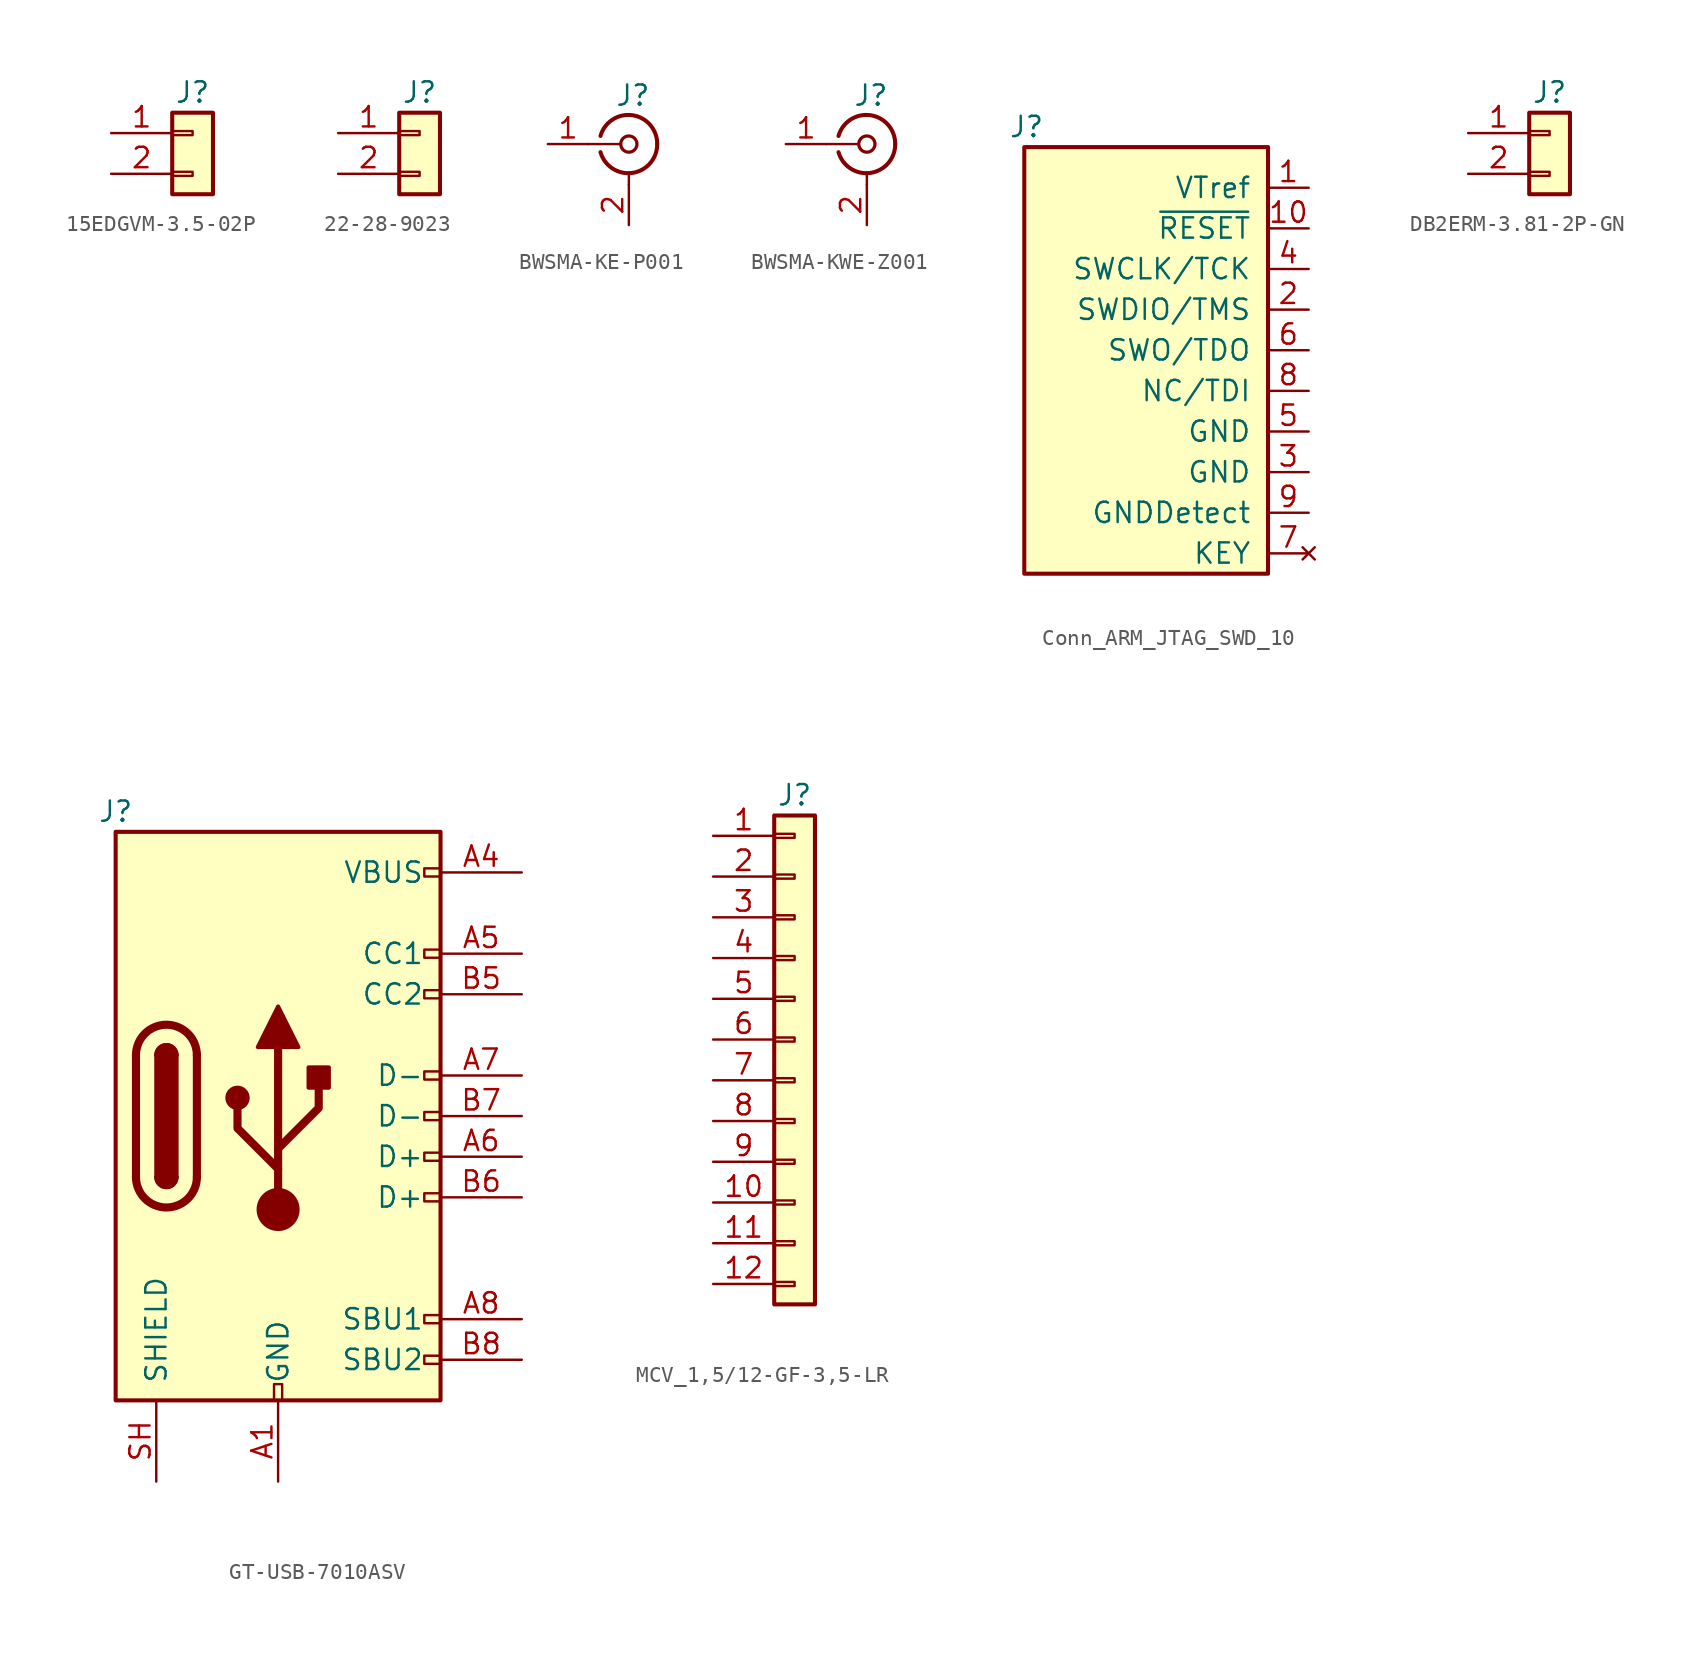
<source format=kicad_sym>
(kicad_symbol_lib
  (version 20211014)
  (symbol "15EDGVM-3.5-02P"
    (pin_names
      (offset 1.016)
      (hide yes))
    (property "Reference" "J"
      (at 0 2.54 0)
      (effects (font (size 1.27 1.27))))
    (symbol "15EDGVM-3.5-02P_1_1"
      (rectangle (start -1.27 1.27) (end 1.27 -3.81) (stroke (width 0.254) (type default)) (fill (type background)))
      (rectangle (start -1.27 0.127) (end 0 -0.127) (stroke (width 0.152) (type default)) (fill (type none)))
      (rectangle (start -1.27 -2.413) (end 0 -2.667) (stroke (width 0.152) (type default)) (fill (type none)))
      (pin passive line (at -5.08 0 0) (length 3.81) (name "Pin_1" (effects (font (size 1.27 1.27)))) (number "1" (effects (font (size 1.27 1.27)))))
      (pin passive line (at -5.08 -2.54 0) (length 3.81) (name "Pin_2" (effects (font (size 1.27 1.27)))) (number "2" (effects (font (size 1.27 1.27)))))))
  (symbol "22-28-9023"
    (pin_names
      (offset 1.016)
      (hide yes))
    (property "Reference" "J"
      (at 0 2.54 0)
      (effects (font (size 1.27 1.27))))
    (symbol "22-28-9023_1_1"
      (rectangle (start -1.27 1.27) (end 1.27 -3.81) (stroke (width 0.254) (type default)) (fill (type background)))
      (rectangle (start -1.27 0.127) (end 0 -0.127) (stroke (width 0.152) (type default)) (fill (type none)))
      (rectangle (start -1.27 -2.413) (end 0 -2.667) (stroke (width 0.152) (type default)) (fill (type none)))
      (pin passive line (at -5.08 0 0) (length 3.81) (name "Pin_1" (effects (font (size 1.27 1.27)))) (number "1" (effects (font (size 1.27 1.27)))))
      (pin passive line (at -5.08 -2.54 0) (length 3.81) (name "Pin_2" (effects (font (size 1.27 1.27)))) (number "2" (effects (font (size 1.27 1.27)))))))
  (symbol "BWSMA-KE-P001"
    (pin_names
      (offset 1.016)
      (hide yes))
    (property "Reference" "J"
      (at 0.254 3.048 0)
      (effects (font (size 1.27 1.27))))
    (symbol "BWSMA-KE-P001_0_1"
      (polyline (pts (xy -2.54 0) (xy -0.508 0)) (stroke (width 0) (type default)) (fill (type none)))
      (arc (start 1.778 0) (mid 0.222 -1.8079) (end -1.778 -0.508) (stroke (width 0.254) (type default)) (fill (type none)))
      (arc (start -1.778 0.508) (mid 0.2221 1.8084) (end 1.778 0) (stroke (width 0.254) (type default)) (fill (type none)))
      (circle (center 0 0) (radius 0.508) (stroke (width 0.203) (type default)) (fill (type none)))
      (polyline (pts (xy 0 -2.54) (xy 0 -1.778)) (stroke (width 0) (type default)) (fill (type none))))
    (symbol "BWSMA-KE-P001_1_1"
      (pin passive line (at -5.08 0 0) (length 2.54) (name "In" (effects (font (size 1.27 1.27)))) (number "1" (effects (font (size 1.27 1.27)))))
      (pin passive line (at 0 -5.08 90) (length 2.54) (name "Ext" (effects (font (size 1.27 1.27)))) (number "2" (effects (font (size 1.27 1.27)))))))
  (symbol "BWSMA-KWE-Z001"
    (pin_names
      (offset 1.016)
      (hide yes))
    (property "Reference" "J"
      (at 0.254 3.048 0)
      (effects (font (size 1.27 1.27))))
    (symbol "BWSMA-KWE-Z001_0_1"
      (polyline (pts (xy -2.54 0) (xy -0.508 0)) (stroke (width 0) (type default)) (fill (type none)))
      (arc (start 1.778 0) (mid 0.222 -1.8079) (end -1.778 -0.508) (stroke (width 0.254) (type default)) (fill (type none)))
      (arc (start -1.778 0.508) (mid 0.2221 1.8084) (end 1.778 0) (stroke (width 0.254) (type default)) (fill (type none)))
      (circle (center 0 0) (radius 0.508) (stroke (width 0.203) (type default)) (fill (type none)))
      (polyline (pts (xy 0 -2.54) (xy 0 -1.778)) (stroke (width 0) (type default)) (fill (type none))))
    (symbol "BWSMA-KWE-Z001_1_1"
      (pin passive line (at -5.08 0 0) (length 2.54) (name "In" (effects (font (size 1.27 1.27)))) (number "1" (effects (font (size 1.27 1.27)))))
      (pin passive line (at 0 -5.08 90) (length 2.54) (name "Ext" (effects (font (size 1.27 1.27)))) (number "2" (effects (font (size 1.27 1.27)))))))
  (symbol "Conn_ARM_JTAG_SWD_10"
    (pin_names
      (offset 1.016))
    (property "Reference" "J"
      (at -3.81 13.97 0)
      (effects (font (size 1.27 1.27)) (justify right)))
    (symbol "Conn_ARM_JTAG_SWD_10_0_1"
      (rectangle (start -5.08 12.7) (end 10.16 -13.97) (stroke (width 0.254) (type default)) (fill (type background))))
    (symbol "Conn_ARM_JTAG_SWD_10_1_1"
      (pin power_in line (at 12.7 10.16 180) (length 2.54) (name "VTref" (effects (font (size 1.27 1.27)))) (number "1" (effects (font (size 1.27 1.27)))))
      (pin open_collector line (at 12.7 7.62 180) (length 2.54) (name "~{RESET}" (effects (font (size 1.27 1.27)))) (number "10" (effects (font (size 1.27 1.27)))))
      (pin output line (at 12.7 5.08 180) (length 2.54) (name "SWCLK/TCK" (effects (font (size 1.27 1.27)))) (number "4" (effects (font (size 1.27 1.27)))))
      (pin bidirectional line (at 12.7 2.54 180) (length 2.54) (name "SWDIO/TMS" (effects (font (size 1.27 1.27)))) (number "2" (effects (font (size 1.27 1.27)))))
      (pin input line (at 12.7 0 180) (length 2.54) (name "SWO/TDO" (effects (font (size 1.27 1.27)))) (number "6" (effects (font (size 1.27 1.27)))))
      (pin output line (at 12.7 -2.54 180) (length 2.54) (name "NC/TDI" (effects (font (size 1.27 1.27)))) (number "8" (effects (font (size 1.27 1.27)))))
      (pin power_in line (at 12.7 -5.08 180) (length 2.54) (name "GND" (effects (font (size 1.27 1.27)))) (number "5" (effects (font (size 1.27 1.27)))))
      (pin power_in line (at 12.7 -7.62 180) (length 2.54) (name "GND" (effects (font (size 1.27 1.27)))) (number "3" (effects (font (size 1.27 1.27)))))
      (pin passive line (at 12.7 -10.16 180) (length 2.54) (name "GNDDetect" (effects (font (size 1.27 1.27)))) (number "9" (effects (font (size 1.27 1.27)))))
      (pin no_connect line (at 12.7 -12.7 180) (length 2.54) (name "KEY" (effects (font (size 1.27 1.27)))) (number "7" (effects (font (size 1.27 1.27)))))))
  (symbol "DB2ERM-3.81-2P-GN"
    (pin_names
      (offset 1.016)
      (hide yes))
    (property "Reference" "J"
      (at 0 2.54 0)
      (effects (font (size 1.27 1.27))))
    (symbol "DB2ERM-3.81-2P-GN_1_1"
      (rectangle (start -1.27 1.27) (end 1.27 -3.81) (stroke (width 0.254) (type default)) (fill (type background)))
      (rectangle (start -1.27 0.127) (end 0 -0.127) (stroke (width 0.152) (type default)) (fill (type none)))
      (rectangle (start -1.27 -2.413) (end 0 -2.667) (stroke (width 0.152) (type default)) (fill (type none)))
      (pin passive line (at -5.08 0 0) (length 3.81) (name "Pin_1" (effects (font (size 1.27 1.27)))) (number "1" (effects (font (size 1.27 1.27)))))
      (pin passive line (at -5.08 -2.54 0) (length 3.81) (name "Pin_2" (effects (font (size 1.27 1.27)))) (number "2" (effects (font (size 1.27 1.27)))))))
  (symbol "GT-USB-7010ASV"
    (pin_names
      (offset 1.016))
    (property "Reference" "J"
      (at -10.16 19.05 0)
      (effects (font (size 1.27 1.27))))
    (symbol "GT-USB-7010ASV_0_0"
      (rectangle (start -0.254 -17.78) (end 0.254 -16.764) (stroke (width 0) (type default)) (fill (type none)))
      (rectangle (start 10.16 15.494) (end 9.144 14.986) (stroke (width 0) (type default)) (fill (type none)))
      (rectangle (start 10.16 10.414) (end 9.144 9.906) (stroke (width 0) (type default)) (fill (type none)))
      (rectangle (start 10.16 7.874) (end 9.144 7.366) (stroke (width 0) (type default)) (fill (type none)))
      (rectangle (start 10.16 2.794) (end 9.144 2.286) (stroke (width 0) (type default)) (fill (type none)))
      (rectangle (start 10.16 0.254) (end 9.144 -0.254) (stroke (width 0) (type default)) (fill (type none)))
      (rectangle (start 10.16 -2.286) (end 9.144 -2.794) (stroke (width 0) (type default)) (fill (type none)))
      (rectangle (start 10.16 -4.826) (end 9.144 -5.334) (stroke (width 0) (type default)) (fill (type none)))
      (rectangle (start 10.16 -12.446) (end 9.144 -12.954) (stroke (width 0) (type default)) (fill (type none)))
      (rectangle (start 10.16 -14.986) (end 9.144 -15.494) (stroke (width 0) (type default)) (fill (type none))))
    (symbol "GT-USB-7010ASV_0_1"
      (rectangle (start -10.16 17.78) (end 10.16 -17.78) (stroke (width 0.254) (type default)) (fill (type background)))
      (polyline (pts (xy -8.89 -3.81) (xy -8.89 3.81)) (stroke (width 0.508) (type default)) (fill (type none)))
      (rectangle (start -7.62 -3.81) (end -6.35 3.81) (stroke (width 0.254) (type default)) (fill (type outline)))
      (arc (start -7.62 3.81) (mid -6.985 4.4423) (end -6.35 3.81) (stroke (width 0.254) (type default)) (fill (type none)))
      (arc (start -7.62 3.81) (mid -6.985 4.4423) (end -6.35 3.81) (stroke (width 0.254) (type default)) (fill (type outline)))
      (arc (start -8.89 3.81) (mid -6.985 5.7067) (end -5.08 3.81) (stroke (width 0.508) (type default)) (fill (type none)))
      (arc (start -5.08 -3.81) (mid -6.985 -5.7067) (end -8.89 -3.81) (stroke (width 0.508) (type default)) (fill (type none)))
      (arc (start -6.35 -3.81) (mid -6.985 -4.4423) (end -7.62 -3.81) (stroke (width 0.254) (type default)) (fill (type none)))
      (arc (start -6.35 -3.81) (mid -6.985 -4.4423) (end -7.62 -3.81) (stroke (width 0.254) (type default)) (fill (type outline)))
      (polyline (pts (xy -5.08 3.81) (xy -5.08 -3.81)) (stroke (width 0.508) (type default)) (fill (type none)))
      (circle (center -2.54 1.143) (radius 0.635) (stroke (width 0.254) (type default)) (fill (type outline)))
      (polyline (pts (xy -1.27 4.318) (xy 0 6.858) (xy 1.27 4.318) (xy -1.27 4.318)) (stroke (width 0.254) (type default)) (fill (type outline)))
      (polyline (pts (xy 0 -2.032) (xy 2.54 0.508) (xy 2.54 1.778)) (stroke (width 0.508) (type default)) (fill (type none)))
      (polyline (pts (xy 0 -3.302) (xy -2.54 -0.762) (xy -2.54 0.508)) (stroke (width 0.508) (type default)) (fill (type none)))
      (polyline (pts (xy 0 -5.842) (xy 0 4.318)) (stroke (width 0.508) (type default)) (fill (type none)))
      (circle (center 0 -5.842) (radius 1.27) (stroke (width 0) (type default)) (fill (type outline)))
      (rectangle (start 1.905 1.778) (end 3.175 3.048) (stroke (width 0.254) (type default)) (fill (type outline))))
    (symbol "GT-USB-7010ASV_1_1"
      (pin passive line (at -7.62 -22.86 90) (length 5.08) (name "SHIELD" (effects (font (size 1.27 1.27)))) (number "SH" (effects (font (size 1.27 1.27)))))
      (pin passive line (at 0 -22.86 90) (length 5.08) (name "GND" (effects (font (size 1.27 1.27)))) (number "A1" (effects (font (size 1.27 1.27)))))
      (pin passive line (at 0 -22.86 90) (length 5.08) (hide yes) (name "GND" (effects (font (size 1.27 1.27)))) (number "A12" (effects (font (size 1.27 1.27)))))
      (pin passive line (at 0 -22.86 90) (length 5.08) (hide yes) (name "GND" (effects (font (size 1.27 1.27)))) (number "B1" (effects (font (size 1.27 1.27)))))
      (pin passive line (at 0 -22.86 90) (length 5.08) (hide yes) (name "GND" (effects (font (size 1.27 1.27)))) (number "B12" (effects (font (size 1.27 1.27)))))
      (pin passive line (at 15.24 15.24 180) (length 5.08) (name "VBUS" (effects (font (size 1.27 1.27)))) (number "A4" (effects (font (size 1.27 1.27)))))
      (pin passive line (at 15.24 15.24 180) (length 5.08) (hide yes) (name "VBUS" (effects (font (size 1.27 1.27)))) (number "A9" (effects (font (size 1.27 1.27)))))
      (pin passive line (at 15.24 15.24 180) (length 5.08) (hide yes) (name "VBUS" (effects (font (size 1.27 1.27)))) (number "B4" (effects (font (size 1.27 1.27)))))
      (pin passive line (at 15.24 15.24 180) (length 5.08) (hide yes) (name "VBUS" (effects (font (size 1.27 1.27)))) (number "B9" (effects (font (size 1.27 1.27)))))
      (pin bidirectional line (at 15.24 10.16 180) (length 5.08) (name "CC1" (effects (font (size 1.27 1.27)))) (number "A5" (effects (font (size 1.27 1.27)))))
      (pin bidirectional line (at 15.24 7.62 180) (length 5.08) (name "CC2" (effects (font (size 1.27 1.27)))) (number "B5" (effects (font (size 1.27 1.27)))))
      (pin bidirectional line (at 15.24 2.54 180) (length 5.08) (name "D-" (effects (font (size 1.27 1.27)))) (number "A7" (effects (font (size 1.27 1.27)))))
      (pin bidirectional line (at 15.24 0 180) (length 5.08) (name "D-" (effects (font (size 1.27 1.27)))) (number "B7" (effects (font (size 1.27 1.27)))))
      (pin bidirectional line (at 15.24 -2.54 180) (length 5.08) (name "D+" (effects (font (size 1.27 1.27)))) (number "A6" (effects (font (size 1.27 1.27)))))
      (pin bidirectional line (at 15.24 -5.08 180) (length 5.08) (name "D+" (effects (font (size 1.27 1.27)))) (number "B6" (effects (font (size 1.27 1.27)))))
      (pin bidirectional line (at 15.24 -12.7 180) (length 5.08) (name "SBU1" (effects (font (size 1.27 1.27)))) (number "A8" (effects (font (size 1.27 1.27)))))
      (pin bidirectional line (at 15.24 -15.24 180) (length 5.08) (name "SBU2" (effects (font (size 1.27 1.27)))) (number "B8" (effects (font (size 1.27 1.27)))))))
  (symbol "MCV_1,5/12-GF-3,5-LR"
    (pin_names
      (offset 1.016)
      (hide yes))
    (property "Reference" "J"
      (at 0 15.24 0)
      (effects (font (size 1.27 1.27))))
    (symbol "MCV_1,5/12-GF-3,5-LR_1_1"
      (rectangle (start -1.27 13.97) (end 1.27 -16.51) (stroke (width 0.254) (type default)) (fill (type background)))
      (rectangle (start -1.27 12.827) (end 0 12.573) (stroke (width 0.152) (type default)) (fill (type none)))
      (rectangle (start -1.27 10.287) (end 0 10.033) (stroke (width 0.152) (type default)) (fill (type none)))
      (rectangle (start -1.27 7.747) (end 0 7.493) (stroke (width 0.152) (type default)) (fill (type none)))
      (rectangle (start -1.27 5.207) (end 0 4.953) (stroke (width 0.152) (type default)) (fill (type none)))
      (rectangle (start -1.27 2.667) (end 0 2.413) (stroke (width 0.152) (type default)) (fill (type none)))
      (rectangle (start -1.27 0.127) (end 0 -0.127) (stroke (width 0.152) (type default)) (fill (type none)))
      (rectangle (start -1.27 -2.413) (end 0 -2.667) (stroke (width 0.152) (type default)) (fill (type none)))
      (rectangle (start -1.27 -4.953) (end 0 -5.207) (stroke (width 0.152) (type default)) (fill (type none)))
      (rectangle (start -1.27 -7.493) (end 0 -7.747) (stroke (width 0.152) (type default)) (fill (type none)))
      (rectangle (start -1.27 -10.033) (end 0 -10.287) (stroke (width 0.152) (type default)) (fill (type none)))
      (rectangle (start -1.27 -12.573) (end 0 -12.827) (stroke (width 0.152) (type default)) (fill (type none)))
      (rectangle (start -1.27 -15.113) (end 0 -15.367) (stroke (width 0.152) (type default)) (fill (type none)))
      (pin passive line (at -5.08 12.7 0) (length 3.81) (name "Pin_1" (effects (font (size 1.27 1.27)))) (number "1" (effects (font (size 1.27 1.27)))))
      (pin passive line (at -5.08 10.16 0) (length 3.81) (name "Pin_2" (effects (font (size 1.27 1.27)))) (number "2" (effects (font (size 1.27 1.27)))))
      (pin passive line (at -5.08 7.62 0) (length 3.81) (name "Pin_3" (effects (font (size 1.27 1.27)))) (number "3" (effects (font (size 1.27 1.27)))))
      (pin passive line (at -5.08 5.08 0) (length 3.81) (name "Pin_4" (effects (font (size 1.27 1.27)))) (number "4" (effects (font (size 1.27 1.27)))))
      (pin passive line (at -5.08 2.54 0) (length 3.81) (name "Pin_5" (effects (font (size 1.27 1.27)))) (number "5" (effects (font (size 1.27 1.27)))))
      (pin passive line (at -5.08 0 0) (length 3.81) (name "Pin_6" (effects (font (size 1.27 1.27)))) (number "6" (effects (font (size 1.27 1.27)))))
      (pin passive line (at -5.08 -2.54 0) (length 3.81) (name "Pin_7" (effects (font (size 1.27 1.27)))) (number "7" (effects (font (size 1.27 1.27)))))
      (pin passive line (at -5.08 -5.08 0) (length 3.81) (name "Pin_8" (effects (font (size 1.27 1.27)))) (number "8" (effects (font (size 1.27 1.27)))))
      (pin passive line (at -5.08 -7.62 0) (length 3.81) (name "Pin_9" (effects (font (size 1.27 1.27)))) (number "9" (effects (font (size 1.27 1.27)))))
      (pin passive line (at -5.08 -10.16 0) (length 3.81) (name "Pin_10" (effects (font (size 1.27 1.27)))) (number "10" (effects (font (size 1.27 1.27)))))
      (pin passive line (at -5.08 -12.7 0) (length 3.81) (name "Pin_11" (effects (font (size 1.27 1.27)))) (number "11" (effects (font (size 1.27 1.27)))))
      (pin passive line (at -5.08 -15.24 0) (length 3.81) (name "Pin_12" (effects (font (size 1.27 1.27)))) (number "12" (effects (font (size 1.27 1.27))))))))
</source>
